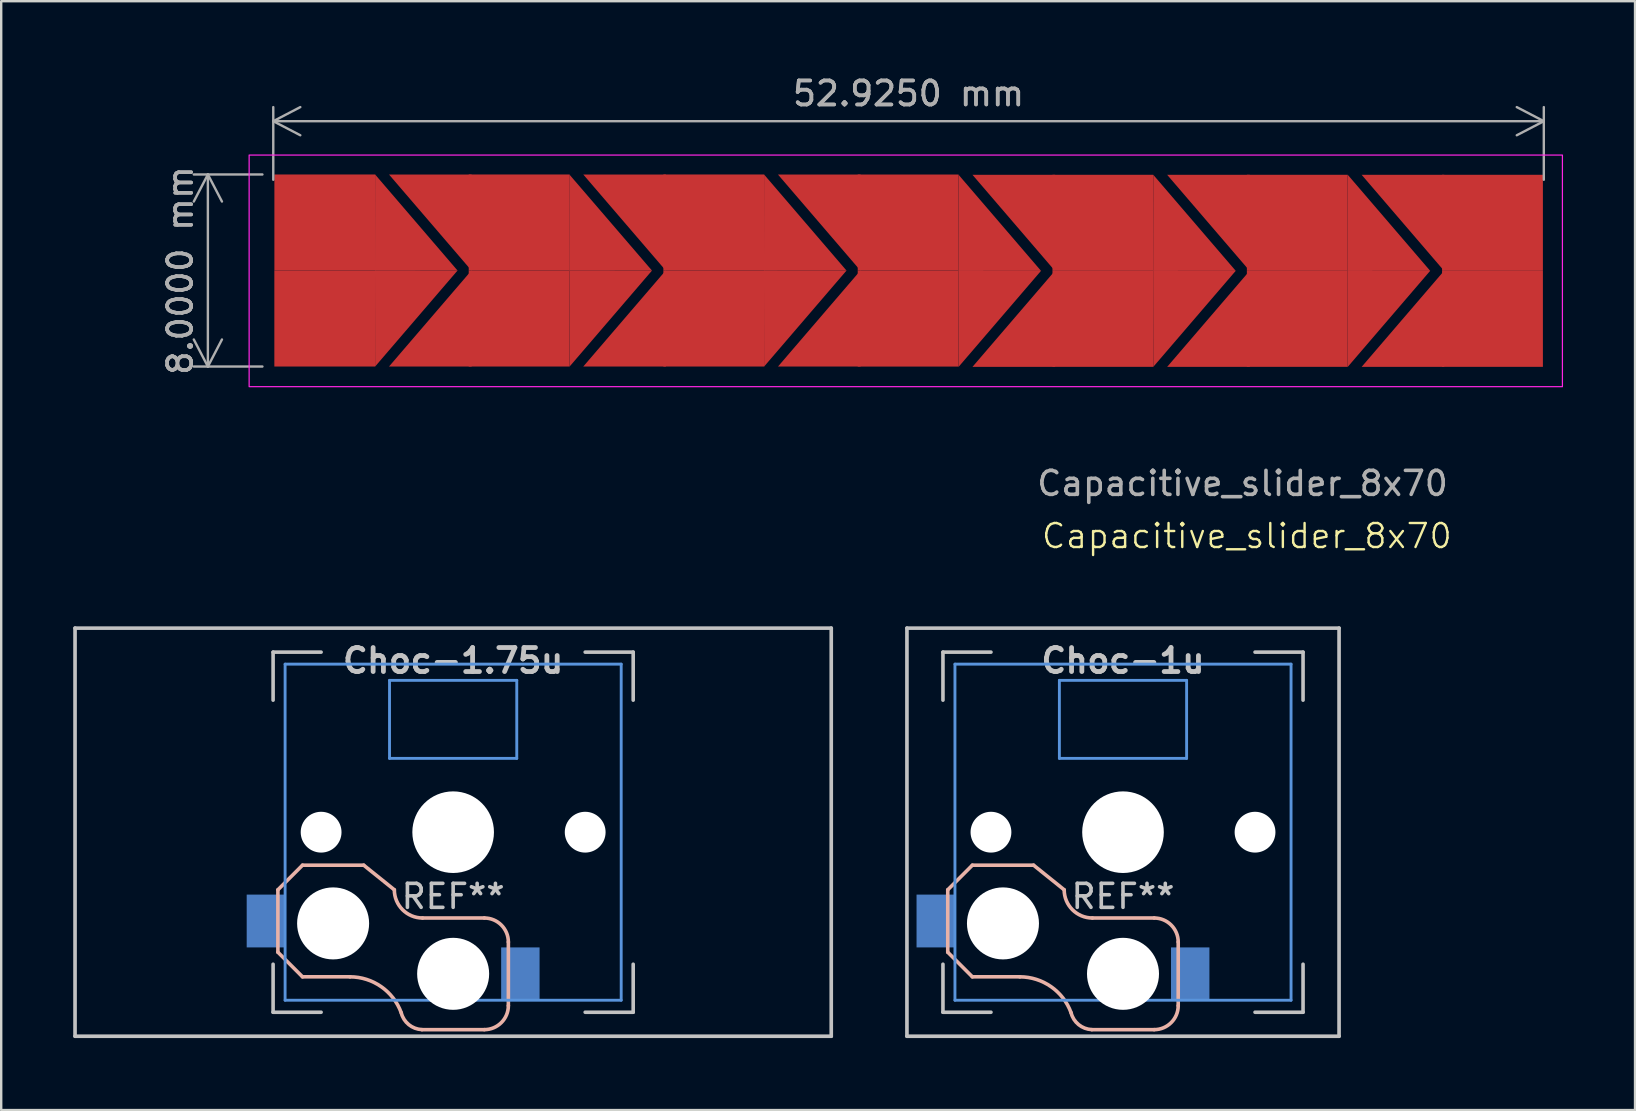
<source format=kicad_pcb>
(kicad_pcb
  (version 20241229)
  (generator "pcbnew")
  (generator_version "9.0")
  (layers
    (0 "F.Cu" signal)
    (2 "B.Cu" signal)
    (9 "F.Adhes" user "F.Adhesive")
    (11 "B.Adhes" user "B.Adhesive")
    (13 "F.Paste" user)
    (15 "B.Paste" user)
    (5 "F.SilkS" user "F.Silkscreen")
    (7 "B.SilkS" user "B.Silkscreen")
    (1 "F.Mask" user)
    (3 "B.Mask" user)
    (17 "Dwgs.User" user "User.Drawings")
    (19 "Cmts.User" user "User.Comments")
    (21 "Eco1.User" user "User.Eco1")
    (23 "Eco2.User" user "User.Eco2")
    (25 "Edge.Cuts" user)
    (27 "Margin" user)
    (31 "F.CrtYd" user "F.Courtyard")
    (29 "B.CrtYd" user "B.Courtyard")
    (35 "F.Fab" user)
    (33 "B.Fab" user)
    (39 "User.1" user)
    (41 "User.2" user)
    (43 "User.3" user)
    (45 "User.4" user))
  (footprint "Choc-1u"
    (layer "F.Cu")
    (at 43.729 31.615)
    (property "Reference" "Choc-1u" (at 0 -7.144 180) (layer "Dwgs.User") (effects (font (size 1 1) (thickness 0.2))))
    (attr smd)
    (fp_line (start -7.3 2.4) (end -7.3 5) (stroke (width 0.15) (type solid)) (layer "B.SilkS"))
    (fp_line (start -7.3 2.4) (end -6.275 1.375) (stroke (width 0.15) (type solid)) (layer "B.SilkS"))
    (fp_line (start -7.3 5) (end -6.275 6.025) (stroke (width 0.15) (type solid)) (layer "B.SilkS"))
    (fp_line (start -4.3 6.025) (end -6.275 6.025) (stroke (width 0.15) (type solid)) (layer "B.SilkS"))
    (fp_line (start -3.725 1.375) (end -6.275 1.375) (stroke (width 0.15) (type solid)) (layer "B.SilkS"))
    (fp_line (start -3.725 1.375) (end -2.45 2.4) (stroke (width 0.15) (type solid)) (layer "B.SilkS"))
    (fp_line (start 1.3 3.575) (end -1.275 3.575) (stroke (width 0.15) (type solid)) (layer "B.SilkS"))
    (fp_line (start 1.3 8.225) (end -1.3 8.225) (stroke (width 0.15) (type solid)) (layer "B.SilkS"))
    (fp_line (start 2.3 4.575) (end 2.3 7.225) (stroke (width 0.15) (type solid)) (layer "B.SilkS"))
    (fp_arc (start -4.3 6.025) (mid -2.995114 6.436429) (end -2.162199 7.521904) (stroke (width 0.15) (type solid)) (layer "B.SilkS"))
    (fp_arc (start -1.300995 8.223791) (mid -1.848284 8.016021) (end -2.162199 7.521904) (stroke (width 0.15) (type solid)) (layer "B.SilkS"))
    (fp_arc (start -1.275 3.575) (mid -2.10585 3.23085) (end -2.45 2.4) (stroke (width 0.15) (type solid)) (layer "B.SilkS"))
    (fp_arc (start 1.3 3.575) (mid 2.007107 3.867893) (end 2.3 4.575) (stroke (width 0.15) (type solid)) (layer "B.SilkS"))
    (fp_arc (start 2.3 7.225) (mid 2.007107 7.932107) (end 1.3 8.225) (stroke (width 0.15) (type solid)) (layer "B.SilkS"))
    (fp_line (start -9 -8.5) (end 9 -8.5) (stroke (width 0.152) (type solid)) (layer "Dwgs.User"))
    (fp_line (start -9 8.5) (end -9 -8.5) (stroke (width 0.152) (type solid)) (layer "Dwgs.User"))
    (fp_line (start -7.5 -7.5) (end -7.5 -5.5) (stroke (width 0.15) (type solid)) (layer "Dwgs.User"))
    (fp_line (start -7.5 7.5) (end -7.5 5.5) (stroke (width 0.15) (type solid)) (layer "Dwgs.User"))
    (fp_line (start -5.5 -7.5) (end -7.5 -7.5) (stroke (width 0.15) (type solid)) (layer "Dwgs.User"))
    (fp_line (start -5.5 7.5) (end -7.5 7.5) (stroke (width 0.15) (type solid)) (layer "Dwgs.User"))
    (fp_line (start 5.5 -7.5) (end 7.5 -7.5) (stroke (width 0.15) (type solid)) (layer "Dwgs.User"))
    (fp_line (start 5.5 7.5) (end 7.5 7.5) (stroke (width 0.15) (type solid)) (layer "Dwgs.User"))
    (fp_line (start 7.5 -7.5) (end 7.5 -5.5) (stroke (width 0.15) (type solid)) (layer "Dwgs.User"))
    (fp_line (start 7.5 7.5) (end 7.5 5.5) (stroke (width 0.15) (type solid)) (layer "Dwgs.User"))
    (fp_line (start 9 -8.5) (end 9 8.5) (stroke (width 0.152) (type solid)) (layer "Dwgs.User"))
    (fp_line (start 9 8.5) (end -9 8.5) (stroke (width 0.152) (type solid)) (layer "Dwgs.User"))
    (fp_line (start -7 -7) (end -7 7) (stroke (width 0.12) (type solid)) (layer "Cmts.User"))
    (fp_line (start -7 7) (end 7 7) (stroke (width 0.12) (type solid)) (layer "Cmts.User"))
    (fp_line (start -2.65 -6.325) (end 2.65 -6.325) (stroke (width 0.12) (type solid)) (layer "Cmts.User"))
    (fp_line (start -2.65 -3.075) (end -2.65 -6.325) (stroke (width 0.12) (type solid)) (layer "Cmts.User"))
    (fp_line (start 2.65 -6.325) (end 2.65 -3.075) (stroke (width 0.12) (type solid)) (layer "Cmts.User"))
    (fp_line (start 2.65 -3.075) (end -2.65 -3.075) (stroke (width 0.12) (type solid)) (layer "Cmts.User"))
    (fp_line (start 7 -7) (end -7 -7) (stroke (width 0.12) (type solid)) (layer "Cmts.User"))
    (fp_line (start 7 7) (end 7 -7) (stroke (width 0.12) (type solid)) (layer "Cmts.User"))
    (fp_text user "REF**" (at 0 2.675 0) (layer "Dwgs.User") (effects (font (size 1 1) (thickness 0.15))))
    (pad "" np_thru_hole circle (at -5.5 0 180) (size 1.7 1.7) (drill 1.7) (layers "*.Cu" "*.Mask"))
    (pad "" np_thru_hole circle (at -5 3.8 90) (size 3 3) (drill 3) (layers "*.Cu" "*.Mask"))
    (pad "" np_thru_hole circle (at 0 0 90) (size 3.4 3.4) (drill 3.4) (layers "*.Cu" "*.Mask"))
    (pad "" np_thru_hole circle (at 0 5.9 90) (size 3 3) (drill 3) (layers "*.Cu" "*.Mask"))
    (pad "" np_thru_hole circle (at 5.5 0 180) (size 1.7 1.7) (drill 1.7) (layers "*.Cu" "*.Mask"))
    (pad "1" smd rect (at -7.8 3.7 180) (size 1.6 2.2) (layers "B.Cu" "B.Mask" "B.Paste"))
    (pad "2" smd rect (at 2.8 5.9 180) (size 1.6 2.2) (layers "B.Cu" "B.Mask" "B.Paste")))
  (footprint "Capacitive_slider_8x70"
    (layer "F.Cu")
    (at 48.708 14.588)
    (property "Reference" "Capacitive_slider_8x70" (at 0.18 4.69 0) (unlocked yes) (layer "F.SilkS") (effects (font (size 1 1) (thickness 0.1))))
    (fp_poly (pts (xy -36.137 -6.373) (xy -32.7 -6.368) (xy -36.132 -2.37)) (stroke (width 0.001) (type default)) (fill yes) (layer "F.Cu"))
    (fp_poly (pts (xy -36.137 -6.367) (xy -32.698 -6.368) (xy -36.132 -10.369)) (stroke (width 0.001) (type default)) (fill yes) (layer "F.Cu"))
    (fp_poly (pts (xy -32.112 -10.369) (xy -35.554 -10.369) (xy -32.117 -6.367)) (stroke (width 0.001) (type default)) (fill yes) (layer "F.Cu"))
    (fp_poly (pts (xy -32.112 -2.37) (xy -35.554 -2.37) (xy -32.117 -6.373)) (stroke (width 0.001) (type default)) (fill yes) (layer "F.Cu"))
    (fp_poly (pts (xy -28.045 -6.367) (xy -24.6 -6.368) (xy -28.04 -10.369)) (stroke (width 0.001) (type default)) (fill yes) (layer "F.Cu"))
    (fp_poly (pts (xy -28.036 -6.373) (xy -24.599 -6.368) (xy -28.031 -2.37)) (stroke (width 0.001) (type default)) (fill yes) (layer "F.Cu"))
    (fp_poly (pts (xy -24.02 -10.369) (xy -27.462 -10.369) (xy -24.025 -6.367)) (stroke (width 0.001) (type default)) (fill yes) (layer "F.Cu"))
    (fp_poly (pts (xy -24.02 -2.37) (xy -27.462 -2.37) (xy -24.025 -6.373)) (stroke (width 0.001) (type default)) (fill yes) (layer "F.Cu"))
    (fp_poly (pts (xy -19.934 -6.371) (xy -16.498 -6.366) (xy -19.929 -2.369)) (stroke (width 0.001) (type default)) (fill yes) (layer "F.Cu"))
    (fp_poly (pts (xy -19.934 -6.365) (xy -16.495 -6.366) (xy -19.929 -10.367)) (stroke (width 0.001) (type default)) (fill yes) (layer "F.Cu"))
    (fp_poly (pts (xy -15.909 -10.367) (xy -19.351 -10.367) (xy -15.915 -6.365)) (stroke (width 0.001) (type default)) (fill yes) (layer "F.Cu"))
    (fp_poly (pts (xy -15.909 -2.369) (xy -19.351 -2.369) (xy -15.915 -6.371)) (stroke (width 0.001) (type default)) (fill yes) (layer "F.Cu"))
    (fp_poly (pts (xy -11.832 -6.36) (xy -8.395 -6.355) (xy -11.827 -2.357)) (stroke (width 0.001) (type default)) (fill yes) (layer "F.Cu"))
    (fp_poly (pts (xy -11.832 -6.353) (xy -8.393 -6.355) (xy -11.827 -10.356)) (stroke (width 0.001) (type default)) (fill yes) (layer "F.Cu"))
    (fp_poly (pts (xy -7.807 -10.356) (xy -11.249 -10.356) (xy -7.812 -6.353)) (stroke (width 0.001) (type default)) (fill yes) (layer "F.Cu"))
    (fp_poly (pts (xy -7.807 -2.357) (xy -11.249 -2.357) (xy -7.812 -6.36)) (stroke (width 0.001) (type default)) (fill yes) (layer "F.Cu"))
    (fp_poly (pts (xy -3.722 -6.36) (xy -0.285 -6.355) (xy -3.717 -2.357)) (stroke (width 0.001) (type default)) (fill yes) (layer "F.Cu"))
    (fp_poly (pts (xy -3.722 -6.353) (xy -0.282 -6.355) (xy -3.717 -10.356)) (stroke (width 0.001) (type default)) (fill yes) (layer "F.Cu"))
    (fp_poly (pts (xy 0.303 -10.356) (xy -3.139 -10.356) (xy 0.298 -6.353)) (stroke (width 0.001) (type default)) (fill yes) (layer "F.Cu"))
    (fp_poly (pts (xy 0.303 -2.357) (xy -3.139 -2.357) (xy 0.298 -6.36)) (stroke (width 0.001) (type default)) (fill yes) (layer "F.Cu"))
    (fp_poly (pts (xy 4.379 -6.36) (xy 7.815 -6.355) (xy 4.384 -2.357)) (stroke (width 0.001) (type default)) (fill yes) (layer "F.Cu"))
    (fp_poly (pts (xy 4.379 -6.353) (xy 7.818 -6.355) (xy 4.384 -10.356)) (stroke (width 0.001) (type default)) (fill yes) (layer "F.Cu"))
    (fp_poly (pts (xy 8.404 -10.356) (xy 4.962 -10.356) (xy 8.398 -6.353)) (stroke (width 0.001) (type default)) (fill yes) (layer "F.Cu"))
    (fp_poly (pts (xy 8.404 -2.357) (xy 4.962 -2.357) (xy 8.398 -6.36)) (stroke (width 0.001) (type default)) (fill yes) (layer "F.Cu"))
    (fp_rect (start -41.38 -11.18) (end 13.325 -1.53) (stroke (width 0.05) (type default)) (fill no) (layer "F.CrtYd"))
    (fp_text user "${REFERENCE}" (at 0 2.5 0) (unlocked yes) (layer "F.Fab") (effects (font (size 1 1) (thickness 0.15))))
    (dimension (type aligned) (layer "F.Fab") (pts (xy 8.333 4.938) (xy 61.258 4.938)) (height -2.94) (format (prefix "") (suffix "") (units 3) (units_format 1) (precision 4)) (style (thickness 0.1) (arrow_length 1.27) (text_position_mode 0) (arrow_direction outward) (extension_height 0.586) (extension_offset 0.5) (keep_text_aligned yes)) (gr_text "52.9250 mm" (at 34.796 0.848 0) (layer "F.Fab") (effects (font (size 1 1) (thickness 0.15)))))
    (dimension (type aligned) (layer "F.Fab") (pts (xy 8.381 4.218) (xy 8.381 12.218)) (height 2.772) (format (prefix "") (suffix "") (units 3) (units_format 1) (precision 4)) (style (thickness 0.1) (arrow_length 1.27) (text_position_mode 0) (arrow_direction outward) (extension_height 0.586) (extension_offset 0.5) (keep_text_aligned yes)) (gr_text "8.0000 mm" (at 4.458 8.218 90) (layer "F.Fab") (effects (font (size 1 1) (thickness 0.15)))))
    (pad "1" smd custom (at -38.23 -4.37) (size 4.2 4) (layers "F.Cu") (options (anchor rect)) (primitives))
    (pad "1" smd custom (at -38.228 -8.37 180) (size 4.2 4) (layers "F.Cu") (options (anchor rect)) (primitives))
    (pad "2" smd custom (at -30.133 -8.37 180) (size 4.2 4) (layers "F.Cu") (options (anchor rect)) (primitives))
    (pad "2" smd custom (at -30.133 -4.37) (size 4.2 4) (layers "F.Cu") (options (anchor rect)) (primitives))
    (pad "3" smd custom (at -22.025 -8.37) (size 4.2 4) (layers "F.Cu") (options (anchor rect)) (primitives))
    (pad "3" smd custom (at -22.025 -4.37) (size 4.2 4) (layers "F.Cu") (options (anchor rect)) (primitives))
    (pad "4" smd custom (at -13.929 -8.368) (size 4.2 4) (layers "F.Cu") (options (anchor rect)) (primitives))
    (pad "4" smd custom (at -13.929 -4.368) (size 4.2 4) (layers "F.Cu") (options (anchor rect)) (primitives))
    (pad "5" smd custom (at -5.817 -8.357) (size 4.2 4) (layers "F.Cu") (options (anchor rect)) (primitives))
    (pad "5" smd custom (at -5.817 -4.357) (size 4.2 4) (layers "F.Cu") (options (anchor rect)) (primitives))
    (pad "6" smd custom (at 2.281 -8.357) (size 4.2 4) (layers "F.Cu") (options (anchor rect)) (primitives))
    (pad "6" smd custom (at 2.281 -4.357) (size 4.2 4) (layers "F.Cu") (options (anchor rect)) (primitives))
    (pad "7" smd custom (at 10.412 -8.357) (size 4.2 4) (layers "F.Cu") (options (anchor rect)) (primitives))
    (pad "7" smd custom (at 10.412 -4.357) (size 4.2 4) (layers "F.Cu") (options (anchor rect)) (primitives)))
  (footprint "Choc-1.75u"
    (layer "F.Cu")
    (at 15.826 31.615)
    (property "Reference" "Choc-1.75u" (at 0 -7.144 180) (layer "Dwgs.User") (effects (font (size 1 1) (thickness 0.2))))
    (attr smd)
    (fp_line (start -7.3 2.4) (end -7.3 5) (stroke (width 0.15) (type solid)) (layer "B.SilkS"))
    (fp_line (start -7.3 2.4) (end -6.275 1.375) (stroke (width 0.15) (type solid)) (layer "B.SilkS"))
    (fp_line (start -7.3 5) (end -6.275 6.025) (stroke (width 0.15) (type solid)) (layer "B.SilkS"))
    (fp_line (start -4.3 6.025) (end -6.275 6.025) (stroke (width 0.15) (type solid)) (layer "B.SilkS"))
    (fp_line (start -3.725 1.375) (end -6.275 1.375) (stroke (width 0.15) (type solid)) (layer "B.SilkS"))
    (fp_line (start -3.725 1.375) (end -2.45 2.4) (stroke (width 0.15) (type solid)) (layer "B.SilkS"))
    (fp_line (start 1.3 3.575) (end -1.275 3.575) (stroke (width 0.15) (type solid)) (layer "B.SilkS"))
    (fp_line (start 1.3 8.225) (end -1.3 8.225) (stroke (width 0.15) (type solid)) (layer "B.SilkS"))
    (fp_line (start 2.3 4.575) (end 2.3 7.225) (stroke (width 0.15) (type solid)) (layer "B.SilkS"))
    (fp_arc (start -4.3 6.025) (mid -2.995114 6.436429) (end -2.162199 7.521904) (stroke (width 0.15) (type solid)) (layer "B.SilkS"))
    (fp_arc (start -1.300995 8.223791) (mid -1.848284 8.016021) (end -2.162199 7.521904) (stroke (width 0.15) (type solid)) (layer "B.SilkS"))
    (fp_arc (start -1.275 3.575) (mid -2.10585 3.23085) (end -2.45 2.4) (stroke (width 0.15) (type solid)) (layer "B.SilkS"))
    (fp_arc (start 1.3 3.575) (mid 2.007107 3.867893) (end 2.3 4.575) (stroke (width 0.15) (type solid)) (layer "B.SilkS"))
    (fp_arc (start 2.3 7.225) (mid 2.007107 7.932107) (end 1.3 8.225) (stroke (width 0.15) (type solid)) (layer "B.SilkS"))
    (fp_line (start -15.75 -8.5) (end 15.75 -8.5) (stroke (width 0.152) (type solid)) (layer "Dwgs.User"))
    (fp_line (start -15.75 8.5) (end -15.75 -8.5) (stroke (width 0.152) (type solid)) (layer "Dwgs.User"))
    (fp_line (start -7.5 -7.5) (end -7.5 -5.5) (stroke (width 0.15) (type solid)) (layer "Dwgs.User"))
    (fp_line (start -7.5 7.5) (end -7.5 5.5) (stroke (width 0.15) (type solid)) (layer "Dwgs.User"))
    (fp_line (start -5.5 -7.5) (end -7.5 -7.5) (stroke (width 0.15) (type solid)) (layer "Dwgs.User"))
    (fp_line (start -5.5 7.5) (end -7.5 7.5) (stroke (width 0.15) (type solid)) (layer "Dwgs.User"))
    (fp_line (start 5.5 -7.5) (end 7.5 -7.5) (stroke (width 0.15) (type solid)) (layer "Dwgs.User"))
    (fp_line (start 5.5 7.5) (end 7.5 7.5) (stroke (width 0.15) (type solid)) (layer "Dwgs.User"))
    (fp_line (start 7.5 -7.5) (end 7.5 -5.5) (stroke (width 0.15) (type solid)) (layer "Dwgs.User"))
    (fp_line (start 7.5 7.5) (end 7.5 5.5) (stroke (width 0.15) (type solid)) (layer "Dwgs.User"))
    (fp_line (start 15.75 -8.5) (end 15.75 8.5) (stroke (width 0.152) (type solid)) (layer "Dwgs.User"))
    (fp_line (start 15.75 8.5) (end -15.75 8.5) (stroke (width 0.152) (type solid)) (layer "Dwgs.User"))
    (fp_line (start -7 -7) (end -7 7) (stroke (width 0.12) (type solid)) (layer "Cmts.User"))
    (fp_line (start -7 7) (end 7 7) (stroke (width 0.12) (type solid)) (layer "Cmts.User"))
    (fp_line (start -2.65 -6.325) (end 2.65 -6.325) (stroke (width 0.12) (type solid)) (layer "Cmts.User"))
    (fp_line (start -2.65 -3.075) (end -2.65 -6.325) (stroke (width 0.12) (type solid)) (layer "Cmts.User"))
    (fp_line (start 2.65 -6.325) (end 2.65 -3.075) (stroke (width 0.12) (type solid)) (layer "Cmts.User"))
    (fp_line (start 2.65 -3.075) (end -2.65 -3.075) (stroke (width 0.12) (type solid)) (layer "Cmts.User"))
    (fp_line (start 7 -7) (end -7 -7) (stroke (width 0.12) (type solid)) (layer "Cmts.User"))
    (fp_line (start 7 7) (end 7 -7) (stroke (width 0.12) (type solid)) (layer "Cmts.User"))
    (fp_text user "REF**" (at 0 2.675 0) (layer "Dwgs.User") (effects (font (size 1 1) (thickness 0.15))))
    (pad "" np_thru_hole circle (at -5.5 0 180) (size 1.7 1.7) (drill 1.7) (layers "*.Cu" "*.Mask"))
    (pad "" np_thru_hole circle (at -5 3.8 90) (size 3 3) (drill 3) (layers "*.Cu" "*.Mask"))
    (pad "" np_thru_hole circle (at 0 0 90) (size 3.4 3.4) (drill 3.4) (layers "*.Cu" "*.Mask"))
    (pad "" np_thru_hole circle (at 0 5.9 90) (size 3 3) (drill 3) (layers "*.Cu" "*.Mask"))
    (pad "" np_thru_hole circle (at 5.5 0 180) (size 1.7 1.7) (drill 1.7) (layers "*.Cu" "*.Mask"))
    (pad "1" smd rect (at -7.8 3.7 180) (size 1.6 2.2) (layers "B.Cu" "B.Mask" "B.Paste"))
    (pad "2" smd rect (at 2.8 5.9 180) (size 1.6 2.2) (layers "B.Cu" "B.Mask" "B.Paste")))
  (gr_rect
    (start -3 -3)
    (end 65.058 43.191)
    (stroke (width 0.1) (type default))
    (fill no)
    (layer "Edge.Cuts")))
</source>
